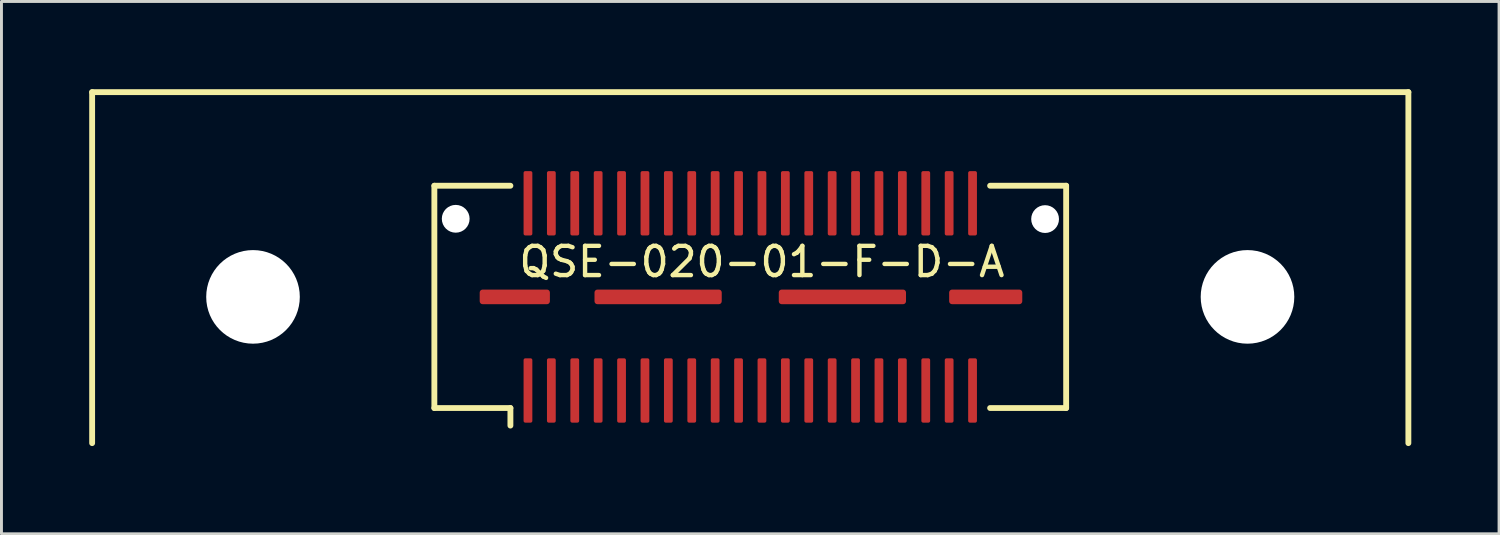
<source format=kicad_pcb>
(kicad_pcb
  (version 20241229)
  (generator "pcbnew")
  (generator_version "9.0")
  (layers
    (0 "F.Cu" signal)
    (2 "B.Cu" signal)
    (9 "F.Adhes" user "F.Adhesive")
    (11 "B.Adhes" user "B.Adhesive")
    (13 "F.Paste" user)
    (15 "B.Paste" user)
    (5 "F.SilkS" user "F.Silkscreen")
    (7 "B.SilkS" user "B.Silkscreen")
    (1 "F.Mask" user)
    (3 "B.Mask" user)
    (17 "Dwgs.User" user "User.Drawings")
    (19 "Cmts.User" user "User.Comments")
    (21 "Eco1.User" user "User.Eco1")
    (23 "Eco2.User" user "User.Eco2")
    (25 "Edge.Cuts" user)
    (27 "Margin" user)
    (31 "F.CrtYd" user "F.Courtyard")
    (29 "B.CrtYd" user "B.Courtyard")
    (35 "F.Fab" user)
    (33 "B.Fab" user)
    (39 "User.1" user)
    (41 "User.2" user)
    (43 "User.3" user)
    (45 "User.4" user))
  (footprint "QSE-020-01-F-D-A"
    (layer "F.Cu")
    (at 22.6 7.1)
    (property "Reference" "QSE-020-01-F-D-A" (at 0.4 -1.2 0) (layer "F.SilkS") (effects (font (size 1 1) (thickness 0.15))))
    (attr through_hole)
    (fp_line (start -22.5 -7) (end 22.5 -7) (stroke (width 0.2) (type solid)) (layer "F.SilkS"))
    (fp_line (start -22.5 5) (end -22.5 -7) (stroke (width 0.2) (type solid)) (layer "F.SilkS"))
    (fp_line (start -10.8 -3.8) (end -10.8 3.8) (stroke (width 0.2) (type solid)) (layer "F.SilkS"))
    (fp_line (start -10.8 3.8) (end -8.2 3.8) (stroke (width 0.2) (type solid)) (layer "F.SilkS"))
    (fp_line (start -8.2 -3.8) (end -10.8 -3.8) (stroke (width 0.2) (type solid)) (layer "F.SilkS"))
    (fp_line (start -8.2 4.4) (end -8.2 3.8) (stroke (width 0.2) (type solid)) (layer "F.SilkS"))
    (fp_line (start 8.2 3.8) (end 10.8 3.8) (stroke (width 0.2) (type solid)) (layer "F.SilkS"))
    (fp_line (start 10.8 -3.8) (end 8.2 -3.8) (stroke (width 0.2) (type solid)) (layer "F.SilkS"))
    (fp_line (start 10.8 3.8) (end 10.8 -3.8) (stroke (width 0.2) (type solid)) (layer "F.SilkS"))
    (fp_line (start 22.5 -7) (end 22.5 5) (stroke (width 0.2) (type solid)) (layer "F.SilkS"))
    (pad "" np_thru_hole circle (at -17 0) (size 3.2 3.2) (drill 3.2) (layers "*.Cu" "*.Mask"))
    (pad "" np_thru_hole circle (at -10.07 -2.67) (size 0.95 0.95) (drill 0.95) (layers "*.Cu" "*.Mask"))
    (pad "" np_thru_hole circle (at 10.08 -2.66) (size 0.95 0.95) (drill 0.95) (layers "*.Cu" "*.Mask"))
    (pad "" np_thru_hole circle (at 17 0) (size 3.2 3.2) (drill 3.2) (layers "*.Cu" "*.Mask"))
    (pad "1" smd roundrect (at -7.6 3.2) (size 0.3 2.2) (layers "F.Cu" "F.Mask" "F.Paste") (roundrect_rratio 0.2))
    (pad "2" smd roundrect (at -7.6 -3.2) (size 0.3 2.2) (layers "F.Cu" "F.Mask" "F.Paste") (roundrect_rratio 0.2))
    (pad "3" smd roundrect (at -6.8 3.2) (size 0.3 2.2) (layers "F.Cu" "F.Mask" "F.Paste") (roundrect_rratio 0.2))
    (pad "4" smd roundrect (at -6.8 -3.2) (size 0.3 2.2) (layers "F.Cu" "F.Mask" "F.Paste") (roundrect_rratio 0.2))
    (pad "5" smd roundrect (at -6 3.2) (size 0.3 2.2) (layers "F.Cu" "F.Mask" "F.Paste") (roundrect_rratio 0.2))
    (pad "6" smd roundrect (at -6 -3.2) (size 0.3 2.2) (layers "F.Cu" "F.Mask" "F.Paste") (roundrect_rratio 0.2))
    (pad "7" smd roundrect (at -5.2 3.2) (size 0.3 2.2) (layers "F.Cu" "F.Mask" "F.Paste") (roundrect_rratio 0.2))
    (pad "8" smd roundrect (at -5.2 -3.2) (size 0.3 2.2) (layers "F.Cu" "F.Mask" "F.Paste") (roundrect_rratio 0.2))
    (pad "9" smd roundrect (at -4.4 3.2) (size 0.3 2.2) (layers "F.Cu" "F.Mask" "F.Paste") (roundrect_rratio 0.2))
    (pad "10" smd roundrect (at -4.4 -3.2) (size 0.3 2.2) (layers "F.Cu" "F.Mask" "F.Paste") (roundrect_rratio 0.2))
    (pad "11" smd roundrect (at -3.6 3.2) (size 0.3 2.2) (layers "F.Cu" "F.Mask" "F.Paste") (roundrect_rratio 0.2))
    (pad "12" smd roundrect (at -3.6 -3.2) (size 0.3 2.2) (layers "F.Cu" "F.Mask" "F.Paste") (roundrect_rratio 0.2))
    (pad "13" smd roundrect (at -2.8 3.2) (size 0.3 2.2) (layers "F.Cu" "F.Mask" "F.Paste") (roundrect_rratio 0.2))
    (pad "14" smd roundrect (at -2.8 -3.2) (size 0.3 2.2) (layers "F.Cu" "F.Mask" "F.Paste") (roundrect_rratio 0.2))
    (pad "15" smd roundrect (at -2 3.2) (size 0.3 2.2) (layers "F.Cu" "F.Mask" "F.Paste") (roundrect_rratio 0.2))
    (pad "16" smd roundrect (at -2 -3.2) (size 0.3 2.2) (layers "F.Cu" "F.Mask" "F.Paste") (roundrect_rratio 0.2))
    (pad "17" smd roundrect (at -1.2 3.2) (size 0.3 2.2) (layers "F.Cu" "F.Mask" "F.Paste") (roundrect_rratio 0.2))
    (pad "18" smd roundrect (at -1.2 -3.2) (size 0.3 2.2) (layers "F.Cu" "F.Mask" "F.Paste") (roundrect_rratio 0.2))
    (pad "19" smd roundrect (at -0.4 3.2) (size 0.3 2.2) (layers "F.Cu" "F.Mask" "F.Paste") (roundrect_rratio 0.2))
    (pad "20" smd roundrect (at -0.4 -3.2) (size 0.3 2.2) (layers "F.Cu" "F.Mask" "F.Paste") (roundrect_rratio 0.2))
    (pad "21" smd roundrect (at 0.4 3.2) (size 0.3 2.2) (layers "F.Cu" "F.Mask" "F.Paste") (roundrect_rratio 0.2))
    (pad "22" smd roundrect (at 0.4 -3.2) (size 0.3 2.2) (layers "F.Cu" "F.Mask" "F.Paste") (roundrect_rratio 0.2))
    (pad "23" smd roundrect (at 1.2 3.2) (size 0.3 2.2) (layers "F.Cu" "F.Mask" "F.Paste") (roundrect_rratio 0.2))
    (pad "24" smd roundrect (at 1.2 -3.2) (size 0.3 2.2) (layers "F.Cu" "F.Mask" "F.Paste") (roundrect_rratio 0.2))
    (pad "25" smd roundrect (at 2 3.2) (size 0.3 2.2) (layers "F.Cu" "F.Mask" "F.Paste") (roundrect_rratio 0.2))
    (pad "26" smd roundrect (at 2 -3.2) (size 0.3 2.2) (layers "F.Cu" "F.Mask" "F.Paste") (roundrect_rratio 0.2))
    (pad "27" smd roundrect (at 2.8 3.2) (size 0.3 2.2) (layers "F.Cu" "F.Mask" "F.Paste") (roundrect_rratio 0.2))
    (pad "28" smd roundrect (at 2.8 -3.2) (size 0.3 2.2) (layers "F.Cu" "F.Mask" "F.Paste") (roundrect_rratio 0.2))
    (pad "29" smd roundrect (at 3.6 3.2) (size 0.3 2.2) (layers "F.Cu" "F.Mask" "F.Paste") (roundrect_rratio 0.2))
    (pad "30" smd roundrect (at 3.6 -3.2) (size 0.3 2.2) (layers "F.Cu" "F.Mask" "F.Paste") (roundrect_rratio 0.2))
    (pad "31" smd roundrect (at 4.4 3.2) (size 0.3 2.2) (layers "F.Cu" "F.Mask" "F.Paste") (roundrect_rratio 0.2))
    (pad "32" smd roundrect (at 4.4 -3.2) (size 0.3 2.2) (layers "F.Cu" "F.Mask" "F.Paste") (roundrect_rratio 0.2))
    (pad "33" smd roundrect (at 5.2 3.2) (size 0.3 2.2) (layers "F.Cu" "F.Mask" "F.Paste") (roundrect_rratio 0.2))
    (pad "34" smd roundrect (at 5.2 -3.2) (size 0.3 2.2) (layers "F.Cu" "F.Mask" "F.Paste") (roundrect_rratio 0.2))
    (pad "35" smd roundrect (at 6 3.2) (size 0.3 2.2) (layers "F.Cu" "F.Mask" "F.Paste") (roundrect_rratio 0.2))
    (pad "36" smd roundrect (at 6 -3.2) (size 0.3 2.2) (layers "F.Cu" "F.Mask" "F.Paste") (roundrect_rratio 0.2))
    (pad "37" smd roundrect (at 6.8 3.2) (size 0.3 2.2) (layers "F.Cu" "F.Mask" "F.Paste") (roundrect_rratio 0.2))
    (pad "38" smd roundrect (at 6.8 -3.2) (size 0.3 2.2) (layers "F.Cu" "F.Mask" "F.Paste") (roundrect_rratio 0.2))
    (pad "39" smd roundrect (at 7.6 3.2) (size 0.3 2.2) (layers "F.Cu" "F.Mask" "F.Paste") (roundrect_rratio 0.2))
    (pad "40" smd roundrect (at 7.6 -3.2) (size 0.3 2.2) (layers "F.Cu" "F.Mask" "F.Paste") (roundrect_rratio 0.2))
    (pad "41" smd roundrect (at -8.05 0 270) (size 0.5 2.4) (layers "F.Cu" "F.Mask" "F.Paste") (roundrect_rratio 0.2))
    (pad "41" smd roundrect (at -3.15 0 270) (size 0.5 4.35) (layers "F.Cu" "F.Mask" "F.Paste") (roundrect_rratio 0.2))
    (pad "41" smd roundrect (at 3.15 0 270) (size 0.5 4.35) (layers "F.Cu" "F.Mask" "F.Paste") (roundrect_rratio 0.2))
    (pad "41" smd roundrect (at 8.05 0 270) (size 0.5 2.5) (layers "F.Cu" "F.Mask" "F.Paste") (roundrect_rratio 0.2)))
  (gr_rect
    (start -3 -3)
    (end 48.2 15.2)
    (stroke (width 0.1) (type default))
    (fill no)
    (layer "Edge.Cuts")))
</source>
